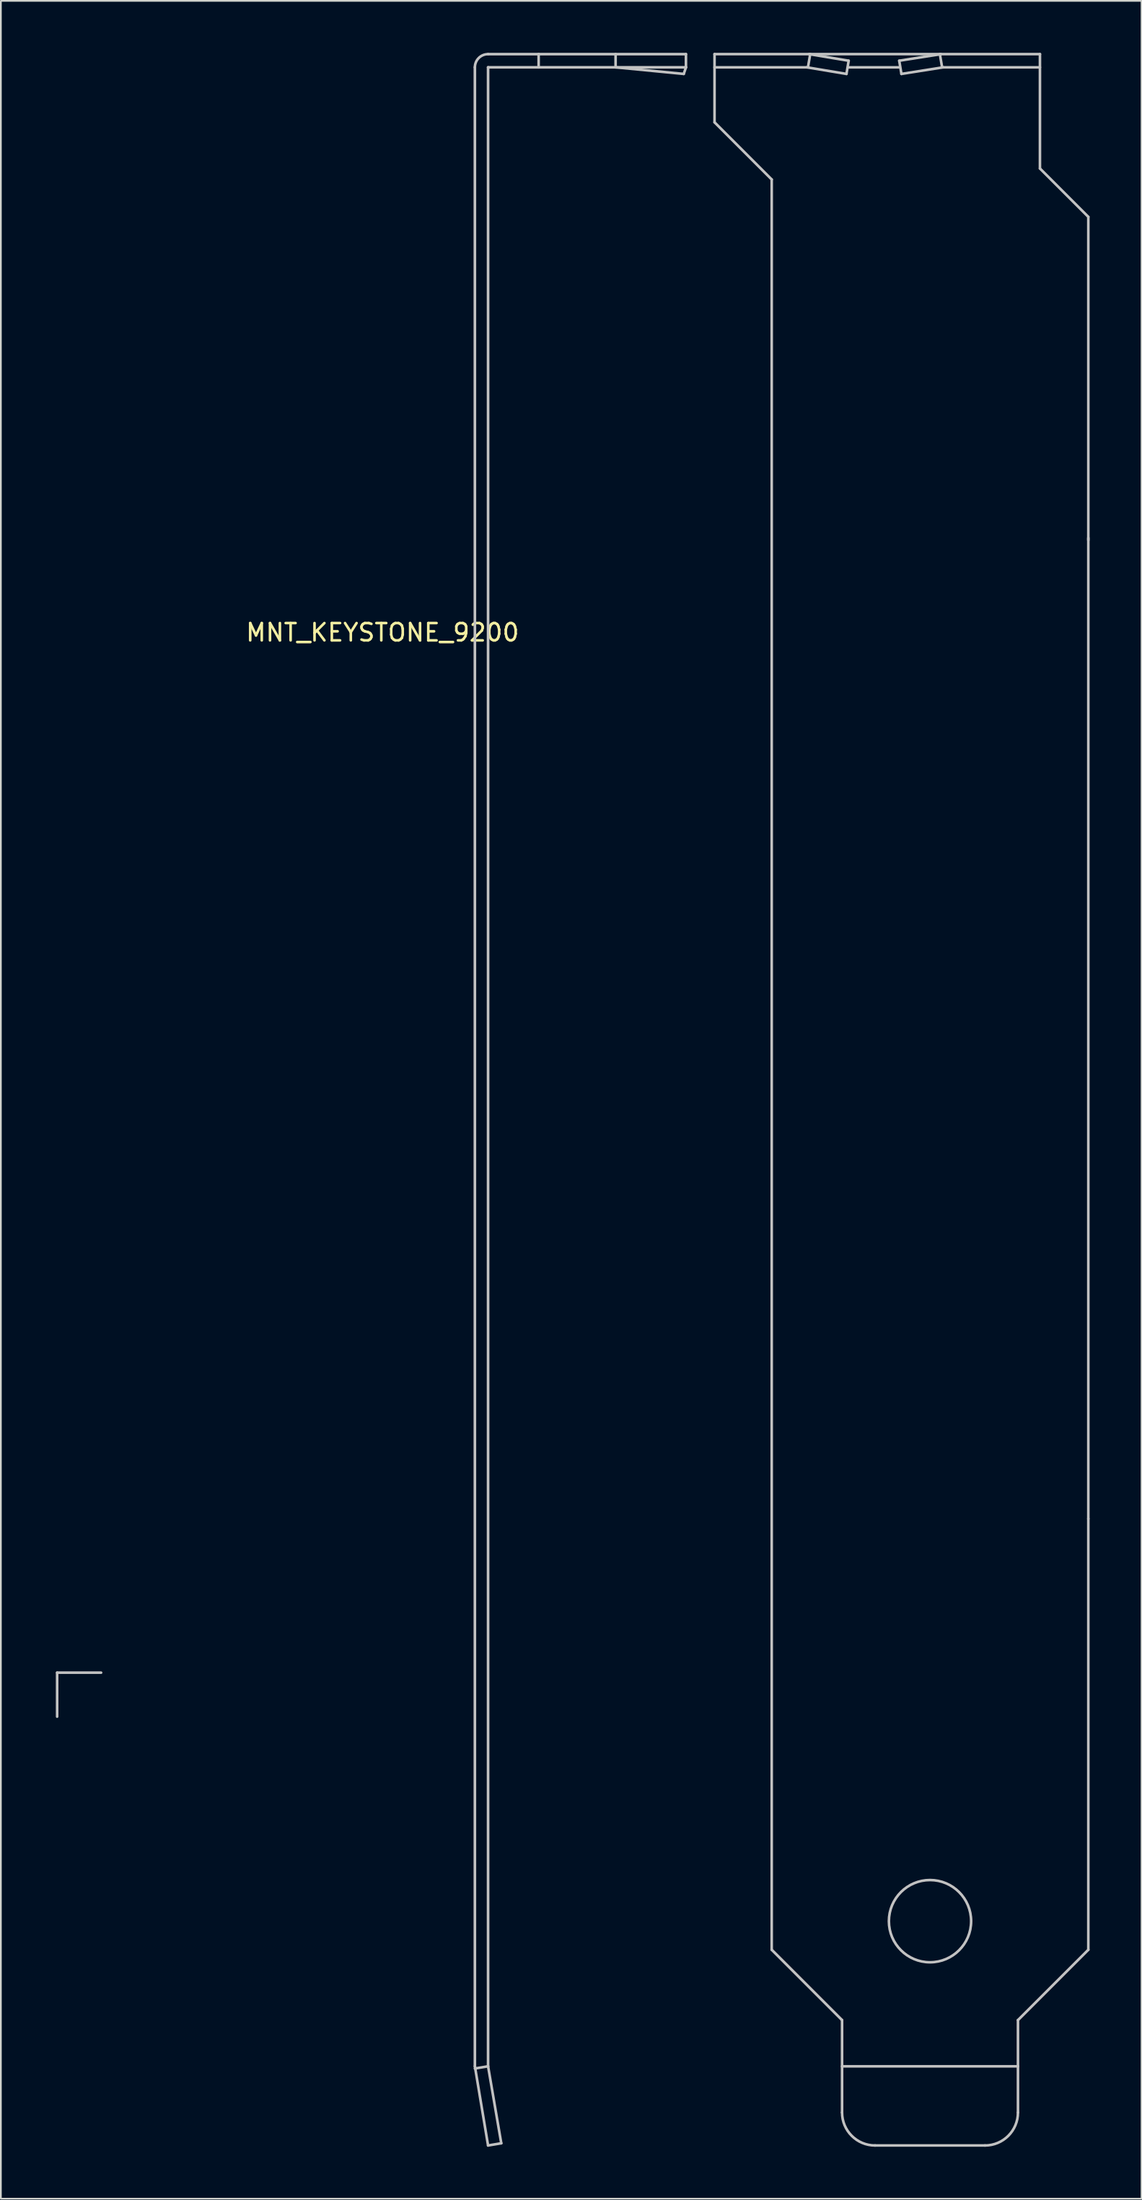
<source format=kicad_pcb>
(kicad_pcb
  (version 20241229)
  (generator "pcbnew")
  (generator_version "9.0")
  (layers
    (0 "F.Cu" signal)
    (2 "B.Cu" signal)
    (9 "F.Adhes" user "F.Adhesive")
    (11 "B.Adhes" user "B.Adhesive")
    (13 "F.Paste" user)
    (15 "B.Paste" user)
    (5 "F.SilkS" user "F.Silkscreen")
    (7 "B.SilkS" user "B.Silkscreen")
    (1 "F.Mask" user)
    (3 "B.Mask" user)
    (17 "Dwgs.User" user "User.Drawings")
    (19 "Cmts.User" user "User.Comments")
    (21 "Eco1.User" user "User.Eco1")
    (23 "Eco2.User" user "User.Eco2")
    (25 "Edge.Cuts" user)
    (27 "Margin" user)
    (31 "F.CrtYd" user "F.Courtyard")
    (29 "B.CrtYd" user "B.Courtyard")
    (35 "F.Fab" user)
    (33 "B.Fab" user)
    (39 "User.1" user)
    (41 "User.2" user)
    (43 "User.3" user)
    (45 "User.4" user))
  (footprint "MNT_KEYSTONE_9200"
    (layer "F.Cu")
    (at 0.25 93.548)
    (property "Reference" "MNT_KEYSTONE_9200" (at 18.796 -60.071 0) (layer "F.SilkS") (effects (font (size 1 1) (thickness 0.15))))
    (attr through_hole)
    (fp_line (start 0 0) (end 0 2.54) (stroke (width 0.15) (type solid)) (layer "Dwgs.User"))
    (fp_line (start 2.54 0) (end 0 0) (stroke (width 0.15) (type solid)) (layer "Dwgs.User"))
    (fp_line (start 24.13 -92.71) (end 24.13 22.733) (stroke (width 0.152) (type solid)) (layer "Dwgs.User"))
    (fp_line (start 24.13 22.733) (end 24.892 27.305) (stroke (width 0.15) (type solid)) (layer "Dwgs.User"))
    (fp_line (start 24.892 -93.472) (end 36.322 -93.472) (stroke (width 0.152) (type solid)) (layer "Dwgs.User"))
    (fp_line (start 24.892 -92.71) (end 24.892 22.733) (stroke (width 0.152) (type solid)) (layer "Dwgs.User"))
    (fp_line (start 24.892 -92.71) (end 36.322 -92.71) (stroke (width 0.152) (type solid)) (layer "Dwgs.User"))
    (fp_line (start 24.892 22.733) (end 24.13 22.86) (stroke (width 0.15) (type solid)) (layer "Dwgs.User"))
    (fp_line (start 24.892 27.305) (end 25.654 27.178) (stroke (width 0.15) (type solid)) (layer "Dwgs.User"))
    (fp_line (start 25.654 27.178) (end 24.892 22.733) (stroke (width 0.15) (type solid)) (layer "Dwgs.User"))
    (fp_line (start 27.813 -93.472) (end 27.813 -92.71) (stroke (width 0.15) (type solid)) (layer "Dwgs.User"))
    (fp_line (start 32.258 -92.71) (end 32.258 -93.472) (stroke (width 0.15) (type solid)) (layer "Dwgs.User"))
    (fp_line (start 36.195 -92.329) (end 32.258 -92.71) (stroke (width 0.15) (type solid)) (layer "Dwgs.User"))
    (fp_line (start 36.322 -92.71) (end 36.195 -92.329) (stroke (width 0.15) (type solid)) (layer "Dwgs.User"))
    (fp_line (start 36.322 -92.71) (end 36.322 -93.472) (stroke (width 0.15) (type solid)) (layer "Dwgs.User"))
    (fp_line (start 37.973 -93.472) (end 37.973 -89.535) (stroke (width 0.15) (type solid)) (layer "Dwgs.User"))
    (fp_line (start 37.973 -93.472) (end 56.769 -93.472) (stroke (width 0.15) (type solid)) (layer "Dwgs.User"))
    (fp_line (start 37.973 -89.535) (end 41.275 -86.233) (stroke (width 0.15) (type solid)) (layer "Dwgs.User"))
    (fp_line (start 41.275 -86.233) (end 41.275 16.002) (stroke (width 0.15) (type solid)) (layer "Dwgs.User"))
    (fp_line (start 41.275 16.002) (end 45.339 20.066) (stroke (width 0.15) (type solid)) (layer "Dwgs.User"))
    (fp_line (start 43.307 -92.71) (end 37.973 -92.71) (stroke (width 0.15) (type solid)) (layer "Dwgs.User"))
    (fp_line (start 43.307 -92.71) (end 45.593 -92.329) (stroke (width 0.15) (type solid)) (layer "Dwgs.User"))
    (fp_line (start 43.37 -92.71) (end 43.498 -93.472) (stroke (width 0.15) (type solid)) (layer "Dwgs.User"))
    (fp_line (start 43.434 -93.472) (end 45.72 -93.091) (stroke (width 0.15) (type solid)) (layer "Dwgs.User"))
    (fp_line (start 45.339 22.733) (end 55.499 22.733) (stroke (width 0.15) (type solid)) (layer "Dwgs.User"))
    (fp_line (start 45.339 25.4) (end 45.339 20.066) (stroke (width 0.15) (type solid)) (layer "Dwgs.User"))
    (fp_line (start 45.593 -92.329) (end 45.72 -93.091) (stroke (width 0.15) (type solid)) (layer "Dwgs.User"))
    (fp_line (start 45.72 -92.71) (end 48.641 -92.71) (stroke (width 0.15) (type solid)) (layer "Dwgs.User"))
    (fp_line (start 47.244 27.305) (end 53.594 27.305) (stroke (width 0.15) (type solid)) (layer "Dwgs.User"))
    (fp_line (start 48.641 -93.091) (end 51.054 -93.472) (stroke (width 0.15) (type solid)) (layer "Dwgs.User"))
    (fp_line (start 48.768 -92.329) (end 48.641 -93.091) (stroke (width 0.15) (type solid)) (layer "Dwgs.User"))
    (fp_line (start 51.117 -92.71) (end 50.99 -93.472) (stroke (width 0.15) (type solid)) (layer "Dwgs.User"))
    (fp_line (start 51.181 -92.71) (end 48.768 -92.329) (stroke (width 0.15) (type solid)) (layer "Dwgs.User"))
    (fp_line (start 55.499 20.066) (end 59.563 16.002) (stroke (width 0.15) (type solid)) (layer "Dwgs.User"))
    (fp_line (start 55.499 25.4) (end 55.499 20.066) (stroke (width 0.15) (type solid)) (layer "Dwgs.User"))
    (fp_line (start 56.769 -93.472) (end 56.769 -86.868) (stroke (width 0.15) (type solid)) (layer "Dwgs.User"))
    (fp_line (start 56.769 -92.71) (end 51.181 -92.71) (stroke (width 0.15) (type solid)) (layer "Dwgs.User"))
    (fp_line (start 59.563 -84.074) (end 56.769 -86.868) (stroke (width 0.15) (type solid)) (layer "Dwgs.User"))
    (fp_line (start 59.563 -84.074) (end 59.563 -65.405) (stroke (width 0.15) (type solid)) (layer "Dwgs.User"))
    (fp_line (start 59.563 -65.532) (end 59.563 -8.89) (stroke (width 0.15) (type solid)) (layer "Dwgs.User"))
    (fp_line (start 59.563 -8.89) (end 59.563 16.002) (stroke (width 0.15) (type solid)) (layer "Dwgs.User"))
    (fp_arc (start 24.13 -92.71) (mid 24.352715 -93.248345) (end 24.89067 -93.471999) (stroke (width 0.15) (type solid)) (layer "Dwgs.User"))
    (fp_arc (start 47.244 27.305) (mid 45.896962 26.747038) (end 45.339 25.4) (stroke (width 0.15) (type solid)) (layer "Dwgs.User"))
    (fp_arc (start 55.499 25.4) (mid 54.941038 26.747038) (end 53.594 27.305) (stroke (width 0.15) (type solid)) (layer "Dwgs.User"))
    (fp_circle (center 50.419 14.351) (end 52.794 14.351) (stroke (width 0.15) (type solid)) (fill no) (layer "Dwgs.User")))
  (gr_rect
    (start -3 -3)
    (end 62.888 123.928)
    (stroke (width 0.1) (type default))
    (fill no)
    (layer "Edge.Cuts")))
</source>
